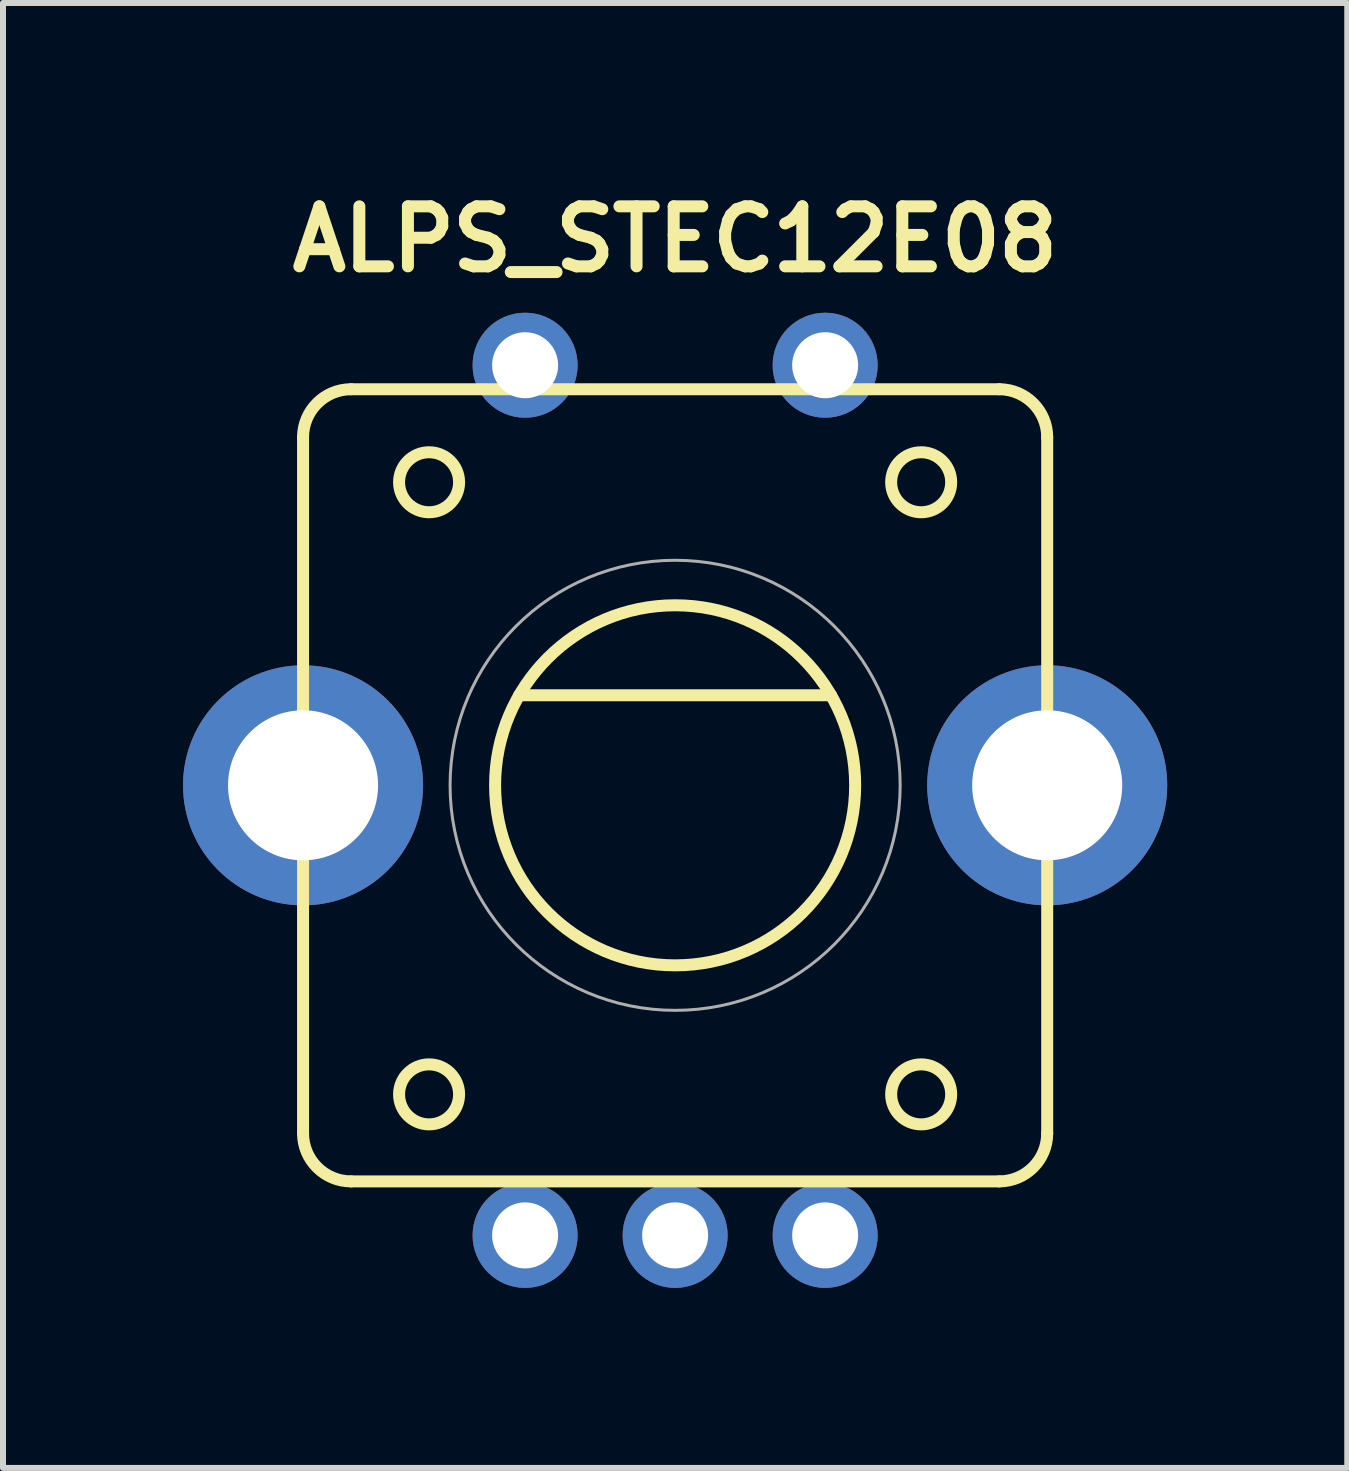
<source format=kicad_pcb>
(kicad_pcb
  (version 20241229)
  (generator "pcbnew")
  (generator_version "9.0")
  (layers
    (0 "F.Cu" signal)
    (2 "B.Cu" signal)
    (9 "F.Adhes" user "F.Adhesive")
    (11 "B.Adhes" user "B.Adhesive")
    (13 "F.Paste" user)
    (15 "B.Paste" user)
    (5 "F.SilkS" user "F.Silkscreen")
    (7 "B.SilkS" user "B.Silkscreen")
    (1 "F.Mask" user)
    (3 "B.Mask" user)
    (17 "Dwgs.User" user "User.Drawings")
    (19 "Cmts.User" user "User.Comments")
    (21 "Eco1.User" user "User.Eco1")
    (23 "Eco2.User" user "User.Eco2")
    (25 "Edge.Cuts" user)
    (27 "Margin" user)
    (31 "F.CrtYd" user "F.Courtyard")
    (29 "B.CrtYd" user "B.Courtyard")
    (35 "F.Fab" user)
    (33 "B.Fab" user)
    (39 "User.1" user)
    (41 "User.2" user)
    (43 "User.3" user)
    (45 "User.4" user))
  (footprint "ALPS_STEC12E08"
    (layer "F.Cu")
    (at 8.2 10.036)
    (property "Reference" "ALPS_STEC12E08" (at 0 -9.1 0) (layer "F.SilkS") (effects (font (size 1 1) (thickness 0.2))))
    (attr through_hole)
    (fp_line (start -6.2 5.8) (end -6.2 -5.8) (stroke (width 0.2) (type solid)) (layer "F.SilkS"))
    (fp_line (start -5.4 -6.6) (end 5.4 -6.6) (stroke (width 0.2) (type solid)) (layer "F.SilkS"))
    (fp_line (start -5.4 6.6) (end 5.4 6.6) (stroke (width 0.2) (type solid)) (layer "F.SilkS"))
    (fp_line (start -2.6 -1.5) (end 2.6 -1.5) (stroke (width 0.2) (type solid)) (layer "F.SilkS"))
    (fp_line (start 6.2 -5.8) (end 6.2 5.8) (stroke (width 0.2) (type solid)) (layer "F.SilkS"))
    (fp_arc (start -6.2 -5.8) (mid -5.965685 -6.365685) (end -5.4 -6.6) (stroke (width 0.2) (type solid)) (layer "F.SilkS"))
    (fp_arc (start -5.4 6.6) (mid -5.965685 6.365685) (end -6.2 5.8) (stroke (width 0.2) (type solid)) (layer "F.SilkS"))
    (fp_arc (start 5.4 -6.6) (mid 5.965685 -6.365685) (end 6.2 -5.8) (stroke (width 0.2) (type solid)) (layer "F.SilkS"))
    (fp_arc (start 6.2 5.8) (mid 5.965685 6.365685) (end 5.4 6.6) (stroke (width 0.2) (type solid)) (layer "F.SilkS"))
    (fp_circle (center -4.1 -5.05) (end -3.6 -5.05) (stroke (width 0.2) (type solid)) (fill no) (layer "F.SilkS"))
    (fp_circle (center -4.1 5.15) (end -3.6 5.15) (stroke (width 0.2) (type solid)) (fill no) (layer "F.SilkS"))
    (fp_circle (center 0 0) (end 3 0) (stroke (width 0.2) (type solid)) (fill no) (layer "F.SilkS"))
    (fp_circle (center 4.1 -5.05) (end 4.6 -5.05) (stroke (width 0.2) (type solid)) (fill no) (layer "F.SilkS"))
    (fp_circle (center 4.1 5.15) (end 4.6 5.15) (stroke (width 0.2) (type solid)) (fill no) (layer "F.SilkS"))
    (fp_circle (center 0 0) (end 3.75 0) (stroke (width 0.05) (type solid)) (fill no) (layer "F.Fab"))
    (pad "A" thru_hole circle (at -2.5 7.5) (size 1.75 1.75) (drill 1.1) (layers "*.Cu" "*.Mask"))
    (pad "B" thru_hole circle (at 2.5 7.5) (size 1.75 1.75) (drill 1.1) (layers "*.Cu" "*.Mask"))
    (pad "C" thru_hole circle (at 0 7.5) (size 1.75 1.75) (drill 1.1) (layers "*.Cu" "*.Mask"))
    (pad "SW1" thru_hole circle (at -2.5 -7) (size 1.75 1.75) (drill 1.1) (layers "*.Cu" "*.Mask"))
    (pad "SW2" thru_hole circle (at 2.5 -7) (size 1.75 1.75) (drill 1.1) (layers "*.Cu" "*.Mask"))
    (pad "body" thru_hole oval (at -6.2 0) (size 4 4) (drill 2.5) (layers "*.Cu" "*.Mask"))
    (pad "body" thru_hole oval (at 6.2 0) (size 4 4) (drill 2.5) (layers "*.Cu" "*.Mask")))
  (gr_rect
    (start -3 -3)
    (end 19.4 21.411)
    (stroke (width 0.1) (type default))
    (fill no)
    (layer "Edge.Cuts")))
</source>
